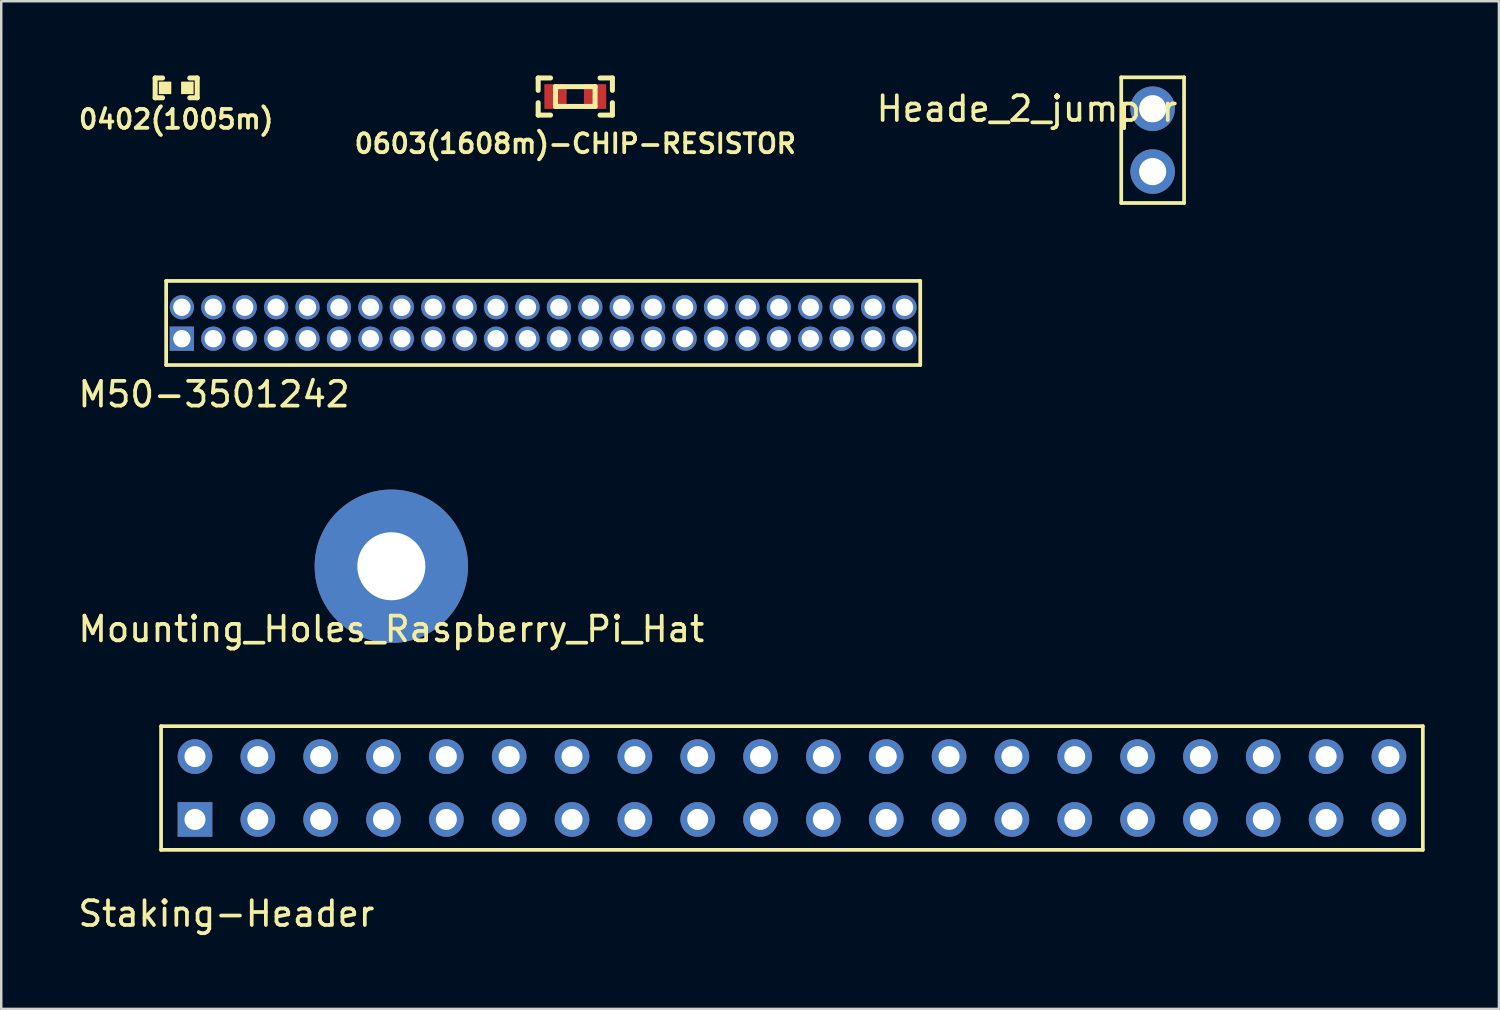
<source format=kicad_pcb>
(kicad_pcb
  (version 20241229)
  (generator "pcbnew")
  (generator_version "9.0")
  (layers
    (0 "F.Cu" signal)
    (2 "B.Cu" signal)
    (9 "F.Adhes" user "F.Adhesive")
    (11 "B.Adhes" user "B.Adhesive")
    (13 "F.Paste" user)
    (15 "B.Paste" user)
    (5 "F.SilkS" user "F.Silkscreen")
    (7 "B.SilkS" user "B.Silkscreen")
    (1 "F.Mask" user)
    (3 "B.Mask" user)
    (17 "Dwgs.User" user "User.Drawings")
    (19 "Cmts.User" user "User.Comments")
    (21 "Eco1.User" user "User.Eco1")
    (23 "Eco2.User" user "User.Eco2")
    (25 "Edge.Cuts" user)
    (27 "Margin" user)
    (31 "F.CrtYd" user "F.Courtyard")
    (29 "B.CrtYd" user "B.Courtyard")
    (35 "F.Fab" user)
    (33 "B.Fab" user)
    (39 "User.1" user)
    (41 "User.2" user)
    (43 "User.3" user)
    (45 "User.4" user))
  (footprint "Heade_2_jumper"
    (layer "F.Cu")
    (at 43.54 1.345)
    (property "Reference" "Heade_2_jumper" (at -5.08 0 0) (layer "F.SilkS") (effects (font (size 1 1) (thickness 0.15))))
    (attr through_hole)
    (fp_line (start -1.27 -1.27) (end -1.27 3.81) (stroke (width 0.15) (type solid)) (layer "F.SilkS"))
    (fp_line (start -1.27 3.81) (end 1.27 3.81) (stroke (width 0.15) (type solid)) (layer "F.SilkS"))
    (fp_line (start 1.27 -1.27) (end -1.27 -1.27) (stroke (width 0.15) (type solid)) (layer "F.SilkS"))
    (fp_line (start 1.27 3.81) (end 1.27 -1.27) (stroke (width 0.15) (type solid)) (layer "F.SilkS"))
    (pad "1" thru_hole circle (at 0 0) (size 1.8 1.8) (drill 1.1) (layers "*.Cu" "*.Mask"))
    (pad "2" thru_hole circle (at 0 2.54) (size 1.8 1.8) (drill 1.1) (layers "*.Cu" "*.Mask")))
  (footprint "Mounting_Holes_Raspberry_Pi_Hat"
    (layer "F.Cu")
    (at 12.768 19.838)
    (property "Reference" "Mounting_Holes_Raspberry_Pi_Hat" (at 0 2.54 0) (layer "F.SilkS") (effects (font (size 1 1) (thickness 0.15))))
    (attr through_hole)
    (pad "1" thru_hole circle (at 0 0) (size 6.2 6.2) (drill 2.75) (layers "*.Cu")))
  (footprint "M50-3501242"
    (layer "F.Cu")
    (at 4.301 10.64)
    (property "Reference" "M50-3501242" (at 1.3 2.25 0) (layer "F.SilkS") (effects (font (size 1 1) (thickness 0.15))))
    (attr through_hole)
    (fp_line (start -0.635 -2.335) (end -0.635 1.065) (stroke (width 0.15) (type solid)) (layer "F.SilkS"))
    (fp_line (start -0.635 -2.335) (end 29.845 -2.335) (stroke (width 0.15) (type solid)) (layer "F.SilkS"))
    (fp_line (start -0.635 1.065) (end 29.845 1.065) (stroke (width 0.15) (type solid)) (layer "F.SilkS"))
    (fp_line (start 29.845 -2.335) (end 29.845 1.065) (stroke (width 0.15) (type solid)) (layer "F.SilkS"))
    (pad "1" thru_hole rect (at 0 0) (size 0.98 0.98) (drill 0.7) (layers "*.Cu" "*.Mask"))
    (pad "2" thru_hole circle (at 0 -1.27) (size 0.98 0.98) (drill 0.7) (layers "*.Cu" "*.Mask"))
    (pad "3" thru_hole circle (at 1.27 0) (size 0.98 0.98) (drill 0.7) (layers "*.Cu" "*.Mask"))
    (pad "4" thru_hole circle (at 1.27 -1.27) (size 0.98 0.98) (drill 0.7) (layers "*.Cu" "*.Mask"))
    (pad "5" thru_hole circle (at 2.54 0) (size 0.98 0.98) (drill 0.7) (layers "*.Cu" "*.Mask"))
    (pad "6" thru_hole circle (at 2.54 -1.27) (size 0.98 0.98) (drill 0.7) (layers "*.Cu" "*.Mask"))
    (pad "7" thru_hole circle (at 3.81 0) (size 0.98 0.98) (drill 0.7) (layers "*.Cu" "*.Mask"))
    (pad "8" thru_hole circle (at 3.81 -1.27) (size 0.98 0.98) (drill 0.7) (layers "*.Cu" "*.Mask"))
    (pad "9" thru_hole circle (at 5.08 0) (size 0.98 0.98) (drill 0.7) (layers "*.Cu" "*.Mask"))
    (pad "10" thru_hole circle (at 5.08 -1.27) (size 0.98 0.98) (drill 0.7) (layers "*.Cu" "*.Mask"))
    (pad "11" thru_hole circle (at 6.35 0) (size 0.98 0.98) (drill 0.7) (layers "*.Cu" "*.Mask"))
    (pad "12" thru_hole circle (at 6.35 -1.27) (size 0.98 0.98) (drill 0.7) (layers "*.Cu" "*.Mask"))
    (pad "13" thru_hole circle (at 7.62 0) (size 0.98 0.98) (drill 0.7) (layers "*.Cu" "*.Mask"))
    (pad "14" thru_hole circle (at 7.62 -1.27) (size 0.98 0.98) (drill 0.7) (layers "*.Cu" "*.Mask"))
    (pad "15" thru_hole circle (at 8.89 0) (size 0.98 0.98) (drill 0.7) (layers "*.Cu" "*.Mask"))
    (pad "16" thru_hole circle (at 8.89 -1.27) (size 0.98 0.98) (drill 0.7) (layers "*.Cu" "*.Mask"))
    (pad "17" thru_hole circle (at 10.16 0) (size 0.98 0.98) (drill 0.7) (layers "*.Cu" "*.Mask"))
    (pad "18" thru_hole circle (at 10.16 -1.27) (size 0.98 0.98) (drill 0.7) (layers "*.Cu" "*.Mask"))
    (pad "19" thru_hole circle (at 11.43 0) (size 0.98 0.98) (drill 0.7) (layers "*.Cu" "*.Mask"))
    (pad "20" thru_hole circle (at 11.43 -1.27) (size 0.98 0.98) (drill 0.7) (layers "*.Cu" "*.Mask"))
    (pad "21" thru_hole circle (at 12.7 0) (size 0.98 0.98) (drill 0.7) (layers "*.Cu" "*.Mask"))
    (pad "22" thru_hole circle (at 12.7 -1.27) (size 0.98 0.98) (drill 0.7) (layers "*.Cu" "*.Mask"))
    (pad "23" thru_hole circle (at 13.97 0) (size 0.98 0.98) (drill 0.7) (layers "*.Cu" "*.Mask"))
    (pad "24" thru_hole circle (at 13.97 -1.27) (size 0.98 0.98) (drill 0.7) (layers "*.Cu" "*.Mask"))
    (pad "25" thru_hole circle (at 15.24 0) (size 0.98 0.98) (drill 0.7) (layers "*.Cu" "*.Mask"))
    (pad "26" thru_hole circle (at 15.24 -1.27) (size 0.98 0.98) (drill 0.7) (layers "*.Cu" "*.Mask"))
    (pad "27" thru_hole circle (at 16.51 0) (size 0.98 0.98) (drill 0.7) (layers "*.Cu" "*.Mask"))
    (pad "28" thru_hole circle (at 16.51 -1.27) (size 0.98 0.98) (drill 0.7) (layers "*.Cu" "*.Mask"))
    (pad "29" thru_hole circle (at 17.78 0) (size 0.98 0.98) (drill 0.7) (layers "*.Cu" "*.Mask"))
    (pad "30" thru_hole circle (at 17.78 -1.27) (size 0.98 0.98) (drill 0.7) (layers "*.Cu" "*.Mask"))
    (pad "31" thru_hole circle (at 19.05 0) (size 0.98 0.98) (drill 0.7) (layers "*.Cu" "*.Mask"))
    (pad "32" thru_hole circle (at 19.05 -1.27) (size 0.98 0.98) (drill 0.7) (layers "*.Cu" "*.Mask"))
    (pad "33" thru_hole circle (at 20.32 0) (size 0.98 0.98) (drill 0.7) (layers "*.Cu" "*.Mask"))
    (pad "34" thru_hole circle (at 20.32 -1.27) (size 0.98 0.98) (drill 0.7) (layers "*.Cu" "*.Mask"))
    (pad "35" thru_hole circle (at 21.59 0) (size 0.98 0.98) (drill 0.7) (layers "*.Cu" "*.Mask"))
    (pad "36" thru_hole circle (at 21.59 -1.27) (size 0.98 0.98) (drill 0.7) (layers "*.Cu" "*.Mask"))
    (pad "37" thru_hole circle (at 22.86 0) (size 0.98 0.98) (drill 0.7) (layers "*.Cu" "*.Mask"))
    (pad "38" thru_hole circle (at 22.86 -1.27) (size 0.98 0.98) (drill 0.7) (layers "*.Cu" "*.Mask"))
    (pad "39" thru_hole circle (at 24.13 0) (size 0.98 0.98) (drill 0.7) (layers "*.Cu" "*.Mask"))
    (pad "40" thru_hole circle (at 24.13 -1.27) (size 0.98 0.98) (drill 0.7) (layers "*.Cu" "*.Mask"))
    (pad "41" thru_hole circle (at 25.4 0) (size 0.98 0.98) (drill 0.7) (layers "*.Cu" "*.Mask"))
    (pad "42" thru_hole circle (at 25.4 -1.27) (size 0.98 0.98) (drill 0.7) (layers "*.Cu" "*.Mask"))
    (pad "43" thru_hole circle (at 26.67 0) (size 0.98 0.98) (drill 0.7) (layers "*.Cu" "*.Mask"))
    (pad "44" thru_hole circle (at 26.67 -1.27) (size 0.98 0.98) (drill 0.7) (layers "*.Cu" "*.Mask"))
    (pad "45" thru_hole circle (at 27.94 0) (size 0.98 0.98) (drill 0.7) (layers "*.Cu" "*.Mask"))
    (pad "46" thru_hole circle (at 27.94 -1.27) (size 0.98 0.98) (drill 0.7) (layers "*.Cu" "*.Mask"))
    (pad "47" thru_hole circle (at 29.21 0) (size 0.98 0.98) (drill 0.7) (layers "*.Cu" "*.Mask"))
    (pad "48" thru_hole circle (at 29.21 -1.27) (size 0.98 0.98) (drill 0.7) (layers "*.Cu" "*.Mask")))
  (footprint "Staking-Header"
    (layer "F.Cu")
    (at 4.831 30.072)
    (property "Reference" "Staking-Header" (at 1.27 3.81 0) (layer "F.SilkS") (effects (font (size 1 1) (thickness 0.15))))
    (attr through_hole)
    (fp_line (start -1.37 -3.77) (end -1.37 1.23) (stroke (width 0.15) (type solid)) (layer "F.SilkS"))
    (fp_line (start -1.37 -3.77) (end 49.63 -3.77) (stroke (width 0.15) (type solid)) (layer "F.SilkS"))
    (fp_line (start -1.37 1.23) (end 49.63 1.23) (stroke (width 0.15) (type solid)) (layer "F.SilkS"))
    (fp_line (start 49.63 -3.77) (end 49.63 1.23) (stroke (width 0.15) (type solid)) (layer "F.SilkS"))
    (pad "1" thru_hole rect (at 0 0) (size 1.4 1.4) (drill 0.85) (layers "*.Cu" "*.Mask"))
    (pad "2" thru_hole circle (at 0 -2.54) (size 1.4 1.4) (drill 0.85) (layers "*.Cu" "*.Mask"))
    (pad "3" thru_hole circle (at 2.54 0) (size 1.4 1.4) (drill 0.85) (layers "*.Cu" "*.Mask"))
    (pad "4" thru_hole circle (at 2.54 -2.54) (size 1.4 1.4) (drill 0.85) (layers "*.Cu" "*.Mask"))
    (pad "5" thru_hole circle (at 5.08 0) (size 1.4 1.4) (drill 0.85) (layers "*.Cu" "*.Mask"))
    (pad "6" thru_hole circle (at 5.08 -2.54) (size 1.4 1.4) (drill 0.85) (layers "*.Cu" "*.Mask"))
    (pad "7" thru_hole circle (at 7.62 0) (size 1.4 1.4) (drill 0.85) (layers "*.Cu" "*.Mask"))
    (pad "8" thru_hole circle (at 7.62 -2.54) (size 1.4 1.4) (drill 0.85) (layers "*.Cu" "*.Mask"))
    (pad "9" thru_hole circle (at 10.16 0) (size 1.4 1.4) (drill 0.85) (layers "*.Cu" "*.Mask"))
    (pad "10" thru_hole circle (at 10.16 -2.54) (size 1.4 1.4) (drill 0.85) (layers "*.Cu" "*.Mask"))
    (pad "11" thru_hole circle (at 12.7 0) (size 1.4 1.4) (drill 0.85) (layers "*.Cu" "*.Mask"))
    (pad "12" thru_hole circle (at 12.7 -2.54) (size 1.4 1.4) (drill 0.85) (layers "*.Cu" "*.Mask"))
    (pad "13" thru_hole circle (at 15.24 0) (size 1.4 1.4) (drill 0.85) (layers "*.Cu" "*.Mask"))
    (pad "14" thru_hole circle (at 15.24 -2.54) (size 1.4 1.4) (drill 0.85) (layers "*.Cu" "*.Mask"))
    (pad "15" thru_hole circle (at 17.78 0) (size 1.4 1.4) (drill 0.85) (layers "*.Cu" "*.Mask"))
    (pad "16" thru_hole circle (at 17.78 -2.54) (size 1.4 1.4) (drill 0.85) (layers "*.Cu" "*.Mask"))
    (pad "17" thru_hole circle (at 20.32 0) (size 1.4 1.4) (drill 0.85) (layers "*.Cu" "*.Mask"))
    (pad "18" thru_hole circle (at 20.32 -2.54) (size 1.4 1.4) (drill 0.85) (layers "*.Cu" "*.Mask"))
    (pad "19" thru_hole circle (at 22.86 0) (size 1.4 1.4) (drill 0.85) (layers "*.Cu" "*.Mask"))
    (pad "20" thru_hole circle (at 22.86 -2.54) (size 1.4 1.4) (drill 0.85) (layers "*.Cu" "*.Mask"))
    (pad "21" thru_hole circle (at 25.4 0) (size 1.4 1.4) (drill 0.85) (layers "*.Cu" "*.Mask"))
    (pad "22" thru_hole circle (at 25.4 -2.54) (size 1.4 1.4) (drill 0.85) (layers "*.Cu" "*.Mask"))
    (pad "23" thru_hole circle (at 27.94 0) (size 1.4 1.4) (drill 0.85) (layers "*.Cu" "*.Mask"))
    (pad "24" thru_hole circle (at 27.94 -2.54) (size 1.4 1.4) (drill 0.85) (layers "*.Cu" "*.Mask"))
    (pad "25" thru_hole circle (at 30.48 0) (size 1.4 1.4) (drill 0.85) (layers "*.Cu" "*.Mask"))
    (pad "26" thru_hole circle (at 30.48 -2.54) (size 1.4 1.4) (drill 0.85) (layers "*.Cu" "*.Mask"))
    (pad "27" thru_hole circle (at 33.02 0) (size 1.4 1.4) (drill 0.85) (layers "*.Cu" "*.Mask"))
    (pad "28" thru_hole circle (at 33.02 -2.54) (size 1.4 1.4) (drill 0.85) (layers "*.Cu" "*.Mask"))
    (pad "29" thru_hole circle (at 35.56 0) (size 1.4 1.4) (drill 0.85) (layers "*.Cu" "*.Mask"))
    (pad "30" thru_hole circle (at 35.56 -2.54) (size 1.4 1.4) (drill 0.85) (layers "*.Cu" "*.Mask"))
    (pad "31" thru_hole circle (at 38.1 0) (size 1.4 1.4) (drill 0.85) (layers "*.Cu" "*.Mask"))
    (pad "32" thru_hole circle (at 38.1 -2.54) (size 1.4 1.4) (drill 0.85) (layers "*.Cu" "*.Mask"))
    (pad "33" thru_hole circle (at 40.64 0) (size 1.4 1.4) (drill 0.85) (layers "*.Cu" "*.Mask"))
    (pad "34" thru_hole circle (at 40.64 -2.54) (size 1.4 1.4) (drill 0.85) (layers "*.Cu" "*.Mask"))
    (pad "35" thru_hole circle (at 43.18 0) (size 1.4 1.4) (drill 0.85) (layers "*.Cu" "*.Mask"))
    (pad "36" thru_hole circle (at 43.18 -2.54) (size 1.4 1.4) (drill 0.85) (layers "*.Cu" "*.Mask"))
    (pad "37" thru_hole circle (at 45.72 0) (size 1.4 1.4) (drill 0.85) (layers "*.Cu" "*.Mask"))
    (pad "38" thru_hole circle (at 45.72 -2.54) (size 1.4 1.4) (drill 0.85) (layers "*.Cu" "*.Mask"))
    (pad "39" thru_hole circle (at 48.26 0) (size 1.4 1.4) (drill 0.85) (layers "*.Cu" "*.Mask"))
    (pad "40" thru_hole circle (at 48.26 -2.54) (size 1.4 1.4) (drill 0.85) (layers "*.Cu" "*.Mask")))
  (footprint "0402(1005m)"
    (layer "F.Cu")
    (at 4.071 0.502)
    (property "Reference" "0402(1005m)" (at 0 1.27 0) (layer "F.SilkS") (effects (font (size 0.762 0.762) (thickness 0.152))))
    (attr smd)
    (fp_line (start -0.85 -0.4) (end -0.85 0.4) (stroke (width 0.203) (type solid)) (layer "F.SilkS"))
    (fp_line (start -0.85 -0.4) (end -0.55 -0.4) (stroke (width 0.203) (type solid)) (layer "F.SilkS"))
    (fp_line (start -0.85 0.4) (end -0.55 0.4) (stroke (width 0.203) (type solid)) (layer "F.SilkS"))
    (fp_line (start 0.55 -0.4) (end 0.85 -0.4) (stroke (width 0.203) (type solid)) (layer "F.SilkS"))
    (fp_line (start 0.85 -0.4) (end 0.85 0.4) (stroke (width 0.203) (type solid)) (layer "F.SilkS"))
    (fp_line (start 0.85 0.4) (end 0.55 0.4) (stroke (width 0.203) (type solid)) (layer "F.SilkS"))
    (pad "1" smd rect (at -0.45 0) (size 0.5 0.5) (layers "F.Cu" "F.Mask" "F.SilkS" "F.Paste"))
    (pad "2" smd rect (at 0.45 0) (size 0.5 0.5) (layers "F.Cu" "F.Mask" "F.SilkS" "F.Paste")))
  (footprint "0603(1608m)-CHIP-RESISTOR"
    (layer "F.Cu")
    (at 20.203 0.852)
    (property "Reference" "0603(1608m)-CHIP-RESISTOR" (at 0 1.905 0) (layer "F.SilkS") (effects (font (size 0.762 0.762) (thickness 0.152))))
    (attr through_hole)
    (fp_line (start -1.5 -0.75) (end -1 -0.75) (stroke (width 0.203) (type solid)) (layer "F.SilkS"))
    (fp_line (start -1.5 -0.25) (end -1.5 -0.75) (stroke (width 0.203) (type solid)) (layer "F.SilkS"))
    (fp_line (start -1.5 0.75) (end -1.5 0.25) (stroke (width 0.203) (type solid)) (layer "F.SilkS"))
    (fp_line (start -1 0.75) (end -1.5 0.75) (stroke (width 0.203) (type solid)) (layer "F.SilkS"))
    (fp_line (start -0.8 -0.4) (end -0.8 0.4) (stroke (width 0.203) (type solid)) (layer "F.SilkS"))
    (fp_line (start -0.8 0.4) (end 0.8 0.4) (stroke (width 0.203) (type solid)) (layer "F.SilkS"))
    (fp_line (start 0.8 -0.4) (end -0.8 -0.4) (stroke (width 0.203) (type solid)) (layer "F.SilkS"))
    (fp_line (start 0.8 0.4) (end 0.8 -0.4) (stroke (width 0.203) (type solid)) (layer "F.SilkS"))
    (fp_line (start 1.5 -0.75) (end 1 -0.75) (stroke (width 0.203) (type solid)) (layer "F.SilkS"))
    (fp_line (start 1.5 -0.75) (end 1.5 -0.25) (stroke (width 0.203) (type solid)) (layer "F.SilkS"))
    (fp_line (start 1.5 0.25) (end 1.5 0.75) (stroke (width 0.203) (type solid)) (layer "F.SilkS"))
    (fp_line (start 1.5 0.75) (end 1 0.75) (stroke (width 0.203) (type solid)) (layer "F.SilkS"))
    (pad "1" smd rect (at -0.8 0) (size 0.9 1) (layers "F.Cu" "F.Mask" "F.Paste"))
    (pad "2" smd rect (at 0.8 0) (size 0.9 1) (layers "F.Cu" "F.Mask" "F.Paste")))
  (gr_rect
    (start -3 -3)
    (end 57.536 37.73)
    (stroke (width 0.1) (type default))
    (fill no)
    (layer "Edge.Cuts")))
</source>
